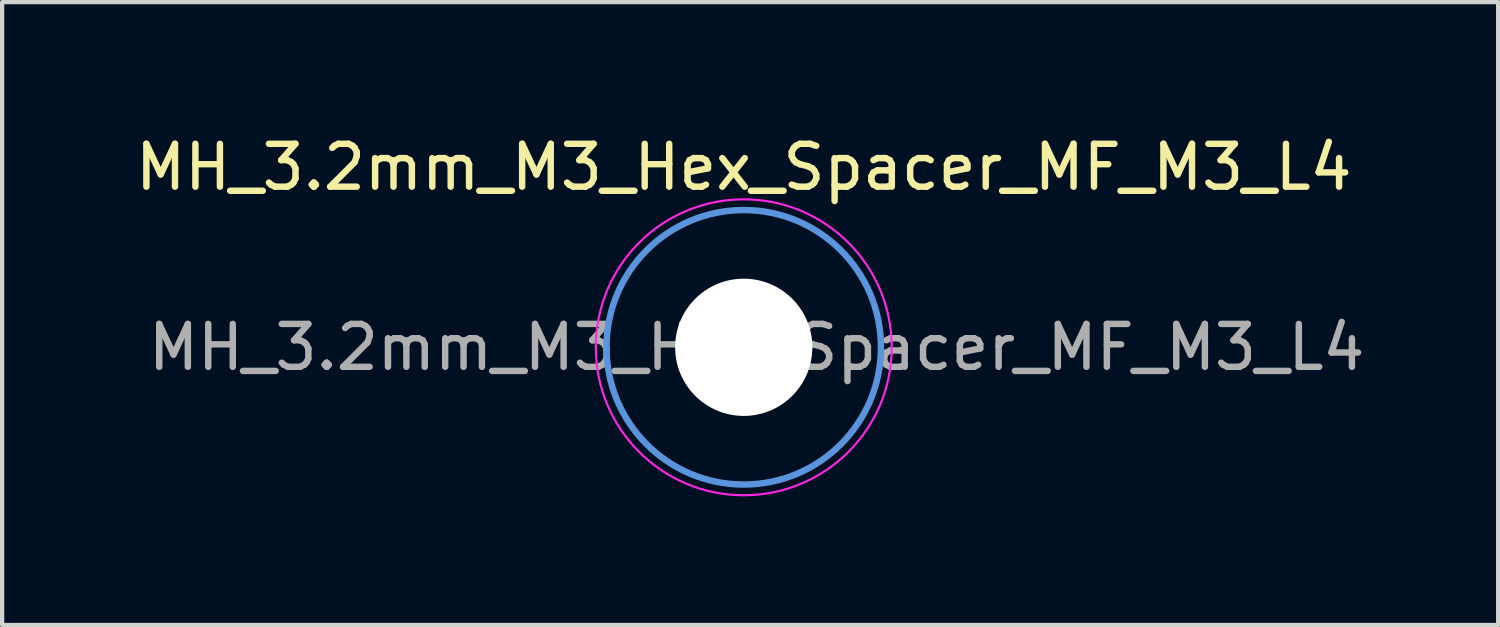
<source format=kicad_pcb>
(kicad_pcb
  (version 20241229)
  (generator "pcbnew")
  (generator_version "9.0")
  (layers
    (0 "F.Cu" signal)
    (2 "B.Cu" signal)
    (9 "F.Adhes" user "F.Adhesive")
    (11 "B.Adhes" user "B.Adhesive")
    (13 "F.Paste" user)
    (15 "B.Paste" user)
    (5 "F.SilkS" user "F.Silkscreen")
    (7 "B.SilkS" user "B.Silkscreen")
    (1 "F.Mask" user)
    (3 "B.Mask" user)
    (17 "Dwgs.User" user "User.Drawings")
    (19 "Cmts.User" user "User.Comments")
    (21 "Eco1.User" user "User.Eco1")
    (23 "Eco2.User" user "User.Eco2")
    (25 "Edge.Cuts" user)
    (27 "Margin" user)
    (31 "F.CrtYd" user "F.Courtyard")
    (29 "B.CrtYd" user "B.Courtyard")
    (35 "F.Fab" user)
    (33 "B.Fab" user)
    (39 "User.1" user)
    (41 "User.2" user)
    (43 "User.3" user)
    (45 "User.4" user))
  (footprint "MH_3.2mm_M3_Hex_Spacer_MF_M3_L4"
    (layer "F.Cu")
    (at 14.292 5.048)
    (property "Reference" "MH_3.2mm_M3_Hex_Spacer_MF_M3_L4" (at 0 -4.2 0) (layer "F.SilkS") (effects (font (size 1 1) (thickness 0.15))))
    (attr exclude_from_pos_files exclude_from_bom)
    (fp_circle (center 0 0) (end 3.2 0) (stroke (width 0.15) (type solid)) (fill no) (layer "Cmts.User"))
    (fp_circle (center 0 0) (end 3.45 0) (stroke (width 0.05) (type solid)) (fill no) (layer "F.CrtYd"))
    (fp_text user "${REFERENCE}" (at 0.3 0 0) (layer "F.Fab") (effects (font (size 1 1) (thickness 0.15))))
    (pad "" np_thru_hole circle (at 0 0) (size 3.2 3.2) (drill 3.2) (layers "*.Cu" "*.Mask")))
  (gr_rect
    (start -3 -3)
    (end 31.883 11.523)
    (stroke (width 0.1) (type default))
    (fill no)
    (layer "Edge.Cuts")))
</source>
